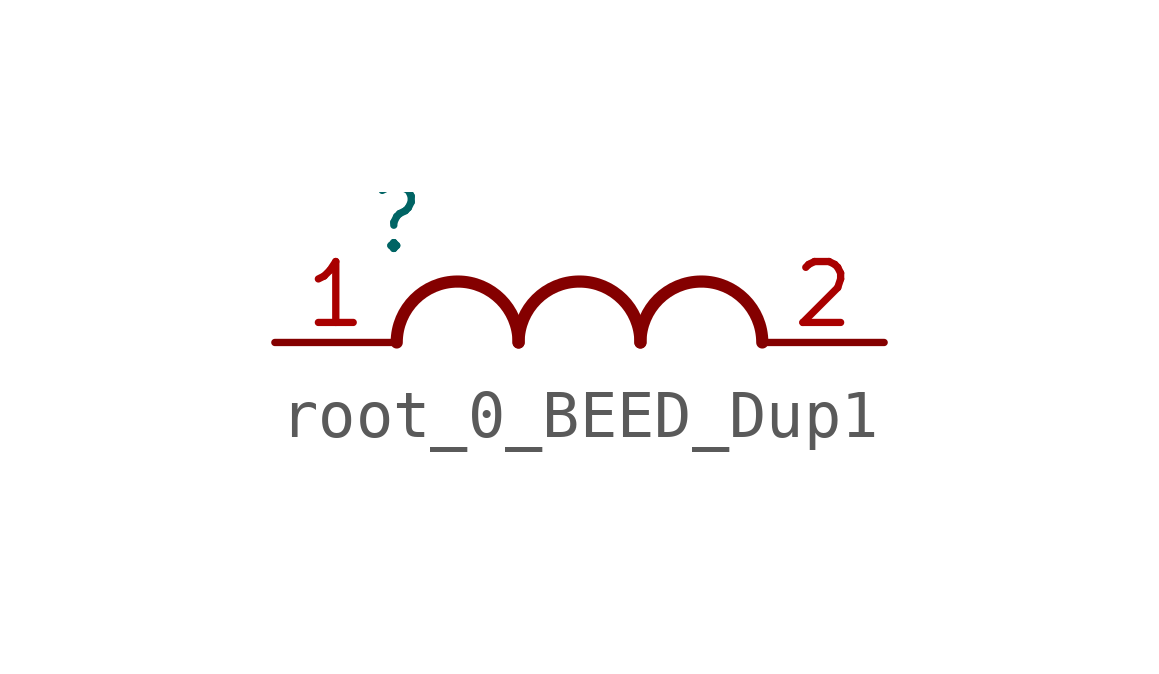
<source format=kicad_sym>
(kicad_symbol_lib
  (version 20231120)
  (generator "kicad_symbol_editor")
  (generator_version "8.0")
  (symbol "root_0_BEED_Dup1"
    (property "Reference" ""
      (at 0 0 0)
      (effects (font (size 1.27 1.27))))
    (property "Value" ""
      (at 0 0 0)
      (effects (font (size 1.27 1.27))))
    (symbol "root_0_BEED_Dup1_1_0"
      (arc (start 2.54 -2.54) (mid 1.27 -1.27) (end 0 -2.54) (stroke (width 0.254) (type solid)) (fill (type none)))
      (arc (start 5.08 -2.54) (mid 3.81 -1.27) (end 2.54 -2.54) (stroke (width 0.254) (type solid)) (fill (type none)))
      (arc (start 7.62 -2.54) (mid 6.35 -1.27) (end 5.08 -2.54) (stroke (width 0.254) (type solid)) (fill (type none)))
      (pin passive line (at -2.54 -2.54 0) (length 2.54) (name "1" (effects (font (size 0 0)))) (number "1" (effects (font (size 1.27 1.27)))))
      (pin passive line (at 10.16 -2.54 180) (length 2.54) (name "2" (effects (font (size 0 0)))) (number "2" (effects (font (size 1.27 1.27))))))))
</source>
